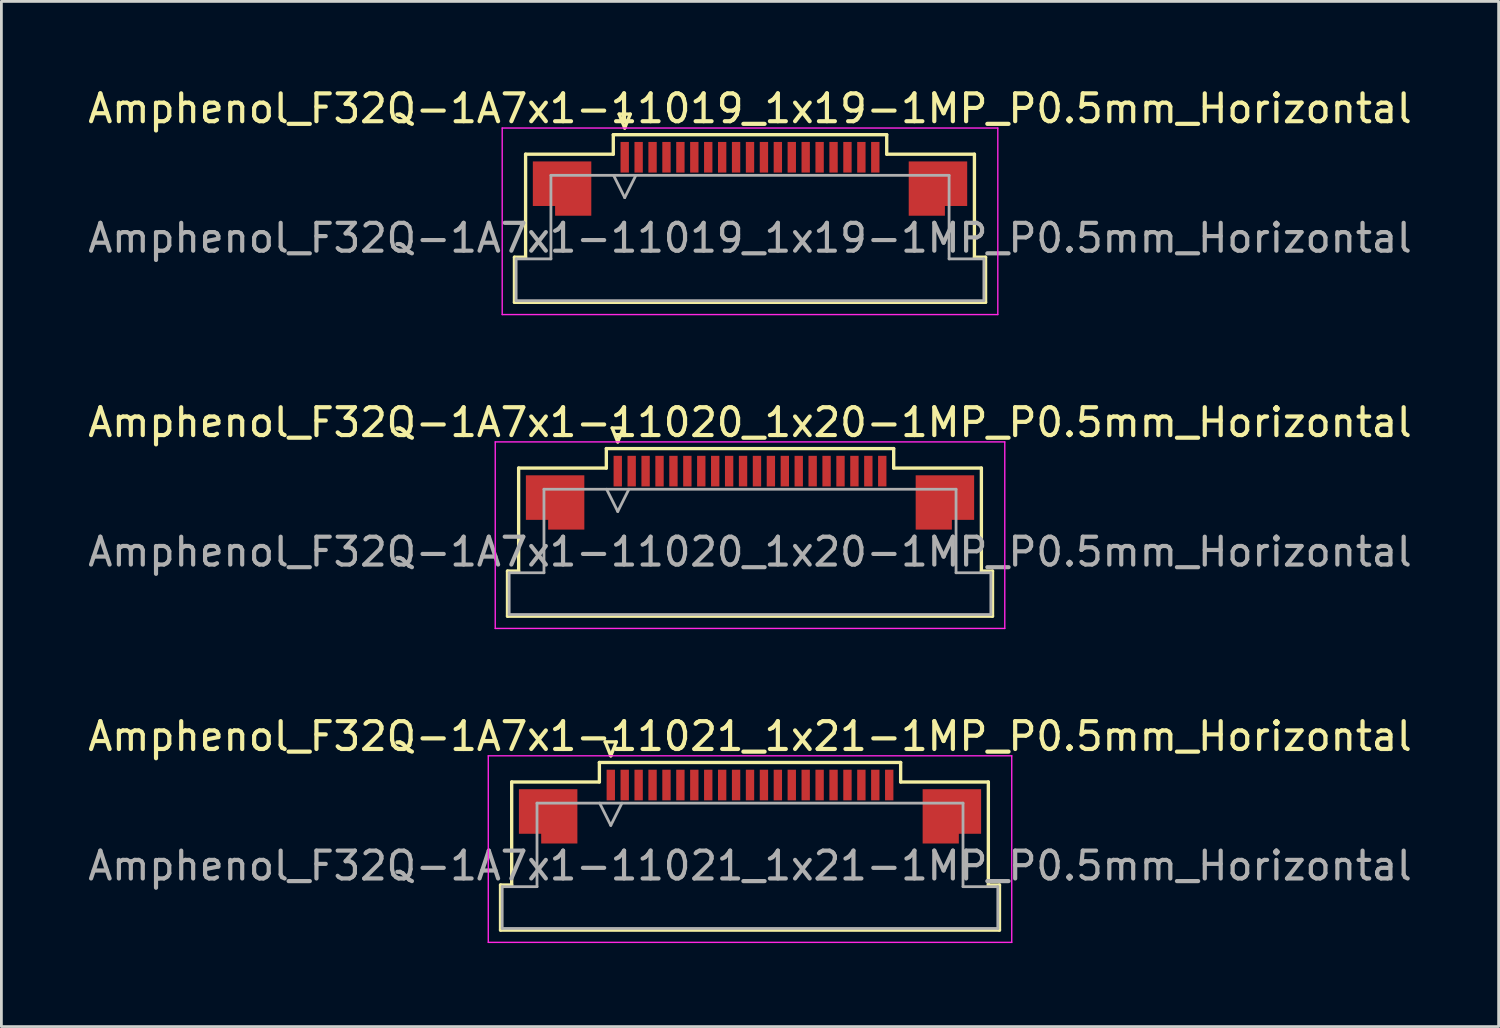
<source format=kicad_pcb>
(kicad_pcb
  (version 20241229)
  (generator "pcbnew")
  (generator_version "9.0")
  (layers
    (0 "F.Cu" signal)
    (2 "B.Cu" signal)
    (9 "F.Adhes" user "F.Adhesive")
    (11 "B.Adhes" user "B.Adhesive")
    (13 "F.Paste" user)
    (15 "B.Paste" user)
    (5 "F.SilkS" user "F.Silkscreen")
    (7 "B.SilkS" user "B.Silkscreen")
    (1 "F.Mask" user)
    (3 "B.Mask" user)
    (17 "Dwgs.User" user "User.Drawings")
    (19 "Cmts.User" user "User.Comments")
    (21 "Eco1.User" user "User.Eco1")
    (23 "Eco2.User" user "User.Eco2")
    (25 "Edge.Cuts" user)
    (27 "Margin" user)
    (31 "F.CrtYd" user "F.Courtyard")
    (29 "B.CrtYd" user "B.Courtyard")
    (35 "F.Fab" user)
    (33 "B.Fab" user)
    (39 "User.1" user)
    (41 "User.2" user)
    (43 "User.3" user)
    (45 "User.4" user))
  (footprint "Amphenol_F32Q-1A7x1-11019_1x19-1MP_P0.5mm_Horizontal"
    (layer "F.Cu")
    (at 23.887 5.498)
    (property "Reference" "Amphenol_F32Q-1A7x1-11019_1x19-1MP_P0.5mm_Horizontal" (at 0 -4.65 0) (layer "F.SilkS") (effects (font (size 1 1) (thickness 0.15))))
    (attr smd)
    (fp_line (start -8.46 0.69) (end -8.06 0.69) (stroke (width 0.12) (type solid)) (layer "F.SilkS"))
    (fp_line (start -8.46 2.31) (end -8.46 0.69) (stroke (width 0.12) (type solid)) (layer "F.SilkS"))
    (fp_line (start -8.06 -3.01) (end -4.91 -3.01) (stroke (width 0.12) (type solid)) (layer "F.SilkS"))
    (fp_line (start -8.06 0.69) (end -8.06 -3.01) (stroke (width 0.12) (type solid)) (layer "F.SilkS"))
    (fp_line (start -4.91 -3.71) (end 4.91 -3.71) (stroke (width 0.12) (type solid)) (layer "F.SilkS"))
    (fp_line (start -4.91 -3.01) (end -4.91 -3.71) (stroke (width 0.12) (type solid)) (layer "F.SilkS"))
    (fp_line (start -4.7 -4.45) (end -4.5 -3.95) (stroke (width 0.12) (type solid)) (layer "F.SilkS"))
    (fp_line (start -4.5 -3.95) (end -4.3 -4.45) (stroke (width 0.12) (type solid)) (layer "F.SilkS"))
    (fp_line (start -4.3 -4.45) (end -4.7 -4.45) (stroke (width 0.12) (type solid)) (layer "F.SilkS"))
    (fp_line (start 4.91 -3.71) (end 4.91 -3.01) (stroke (width 0.12) (type solid)) (layer "F.SilkS"))
    (fp_line (start 4.91 -3.01) (end 8.06 -3.01) (stroke (width 0.12) (type solid)) (layer "F.SilkS"))
    (fp_line (start 8.06 -3.01) (end 8.06 0.69) (stroke (width 0.12) (type solid)) (layer "F.SilkS"))
    (fp_line (start 8.06 0.69) (end 8.46 0.69) (stroke (width 0.12) (type solid)) (layer "F.SilkS"))
    (fp_line (start 8.46 0.69) (end 8.46 2.31) (stroke (width 0.12) (type solid)) (layer "F.SilkS"))
    (fp_line (start 8.46 2.31) (end -8.46 2.31) (stroke (width 0.12) (type solid)) (layer "F.SilkS"))
    (fp_line (start -8.9 -3.95) (end -8.9 2.75) (stroke (width 0.05) (type solid)) (layer "F.CrtYd"))
    (fp_line (start -8.9 2.75) (end 8.9 2.75) (stroke (width 0.05) (type solid)) (layer "F.CrtYd"))
    (fp_line (start 8.9 -3.95) (end -8.9 -3.95) (stroke (width 0.05) (type solid)) (layer "F.CrtYd"))
    (fp_line (start 8.9 2.75) (end 8.9 -3.95) (stroke (width 0.05) (type solid)) (layer "F.CrtYd"))
    (fp_line (start -8.4 0.75) (end -7.15 0.75) (stroke (width 0.1) (type solid)) (layer "F.Fab"))
    (fp_line (start -8.4 2.25) (end -8.4 0.75) (stroke (width 0.1) (type solid)) (layer "F.Fab"))
    (fp_line (start -7.15 -2.25) (end 7.15 -2.25) (stroke (width 0.1) (type solid)) (layer "F.Fab"))
    (fp_line (start -7.15 0.75) (end -7.15 -2.25) (stroke (width 0.1) (type solid)) (layer "F.Fab"))
    (fp_line (start -4.9 -2.25) (end -4.5 -1.45) (stroke (width 0.1) (type solid)) (layer "F.Fab"))
    (fp_line (start -4.5 -1.45) (end -4.1 -2.25) (stroke (width 0.1) (type solid)) (layer "F.Fab"))
    (fp_line (start 7.15 -2.25) (end 7.15 0.75) (stroke (width 0.1) (type solid)) (layer "F.Fab"))
    (fp_line (start 7.15 0.75) (end 8.4 0.75) (stroke (width 0.1) (type solid)) (layer "F.Fab"))
    (fp_line (start 8.4 0.75) (end 8.4 2.25) (stroke (width 0.1) (type solid)) (layer "F.Fab"))
    (fp_line (start 8.4 2.25) (end -8.4 2.25) (stroke (width 0.1) (type solid)) (layer "F.Fab"))
    (fp_text user "${REFERENCE}" (at 0 0 0) (layer "F.Fab") (effects (font (size 1 1) (thickness 0.15))))
    (pad "1" smd rect (at -4.5 -2.9) (size 0.3 1.1) (layers "F.Cu" "F.Mask" "F.Paste"))
    (pad "2" smd rect (at -4 -2.9) (size 0.3 1.1) (layers "F.Cu" "F.Mask" "F.Paste"))
    (pad "3" smd rect (at -3.5 -2.9) (size 0.3 1.1) (layers "F.Cu" "F.Mask" "F.Paste"))
    (pad "4" smd rect (at -3 -2.9) (size 0.3 1.1) (layers "F.Cu" "F.Mask" "F.Paste"))
    (pad "5" smd rect (at -2.5 -2.9) (size 0.3 1.1) (layers "F.Cu" "F.Mask" "F.Paste"))
    (pad "6" smd rect (at -2 -2.9) (size 0.3 1.1) (layers "F.Cu" "F.Mask" "F.Paste"))
    (pad "7" smd rect (at -1.5 -2.9) (size 0.3 1.1) (layers "F.Cu" "F.Mask" "F.Paste"))
    (pad "8" smd rect (at -1 -2.9) (size 0.3 1.1) (layers "F.Cu" "F.Mask" "F.Paste"))
    (pad "9" smd rect (at -0.5 -2.9) (size 0.3 1.1) (layers "F.Cu" "F.Mask" "F.Paste"))
    (pad "10" smd rect (at 0 -2.9) (size 0.3 1.1) (layers "F.Cu" "F.Mask" "F.Paste"))
    (pad "11" smd rect (at 0.5 -2.9) (size 0.3 1.1) (layers "F.Cu" "F.Mask" "F.Paste"))
    (pad "12" smd rect (at 1 -2.9) (size 0.3 1.1) (layers "F.Cu" "F.Mask" "F.Paste"))
    (pad "13" smd rect (at 1.5 -2.9) (size 0.3 1.1) (layers "F.Cu" "F.Mask" "F.Paste"))
    (pad "14" smd rect (at 2 -2.9) (size 0.3 1.1) (layers "F.Cu" "F.Mask" "F.Paste"))
    (pad "15" smd rect (at 2.5 -2.9) (size 0.3 1.1) (layers "F.Cu" "F.Mask" "F.Paste"))
    (pad "16" smd rect (at 3 -2.9) (size 0.3 1.1) (layers "F.Cu" "F.Mask" "F.Paste"))
    (pad "17" smd rect (at 3.5 -2.9) (size 0.3 1.1) (layers "F.Cu" "F.Mask" "F.Paste"))
    (pad "18" smd rect (at 4 -2.9) (size 0.3 1.1) (layers "F.Cu" "F.Mask" "F.Paste"))
    (pad "19" smd rect (at 4.5 -2.9) (size 0.3 1.1) (layers "F.Cu" "F.Mask" "F.Paste"))
    (pad "MP" smd custom (at -6.75 -1.775) (size 1 1) (layers "F.Cu" "F.Mask" "F.Paste") (options (anchor circle)) (primitives (gr_poly (pts (xy 1.05 -0.975) (xy 1.05 0.975) (xy -0.25 0.975) (xy -0.25 0.625) (xy -1.05 0.625) (xy -1.05 -0.975) (xy 1.05 -0.975)) (width 0) (fill yes))))
    (pad "MP" smd custom (at 6.75 -1.775) (size 1 1) (layers "F.Cu" "F.Mask" "F.Paste") (options (anchor circle)) (primitives (gr_poly (pts (xy -1.05 -0.975) (xy -1.05 0.975) (xy 0.25 0.975) (xy 0.25 0.625) (xy 1.05 0.625) (xy 1.05 -0.975) (xy -1.05 -0.975)) (width 0) (fill yes)))))
  (footprint "Amphenol_F32Q-1A7x1-11021_1x21-1MP_P0.5mm_Horizontal"
    (layer "F.Cu")
    (at 23.887 28.045)
    (property "Reference" "Amphenol_F32Q-1A7x1-11021_1x21-1MP_P0.5mm_Horizontal" (at 0 -4.65 0) (layer "F.SilkS") (effects (font (size 1 1) (thickness 0.15))))
    (attr smd)
    (fp_line (start -8.96 0.69) (end -8.56 0.69) (stroke (width 0.12) (type solid)) (layer "F.SilkS"))
    (fp_line (start -8.96 2.31) (end -8.96 0.69) (stroke (width 0.12) (type solid)) (layer "F.SilkS"))
    (fp_line (start -8.56 -3.01) (end -5.41 -3.01) (stroke (width 0.12) (type solid)) (layer "F.SilkS"))
    (fp_line (start -8.56 0.69) (end -8.56 -3.01) (stroke (width 0.12) (type solid)) (layer "F.SilkS"))
    (fp_line (start -5.41 -3.71) (end 5.41 -3.71) (stroke (width 0.12) (type solid)) (layer "F.SilkS"))
    (fp_line (start -5.41 -3.01) (end -5.41 -3.71) (stroke (width 0.12) (type solid)) (layer "F.SilkS"))
    (fp_line (start -5.2 -4.45) (end -5 -3.95) (stroke (width 0.12) (type solid)) (layer "F.SilkS"))
    (fp_line (start -5 -3.95) (end -4.8 -4.45) (stroke (width 0.12) (type solid)) (layer "F.SilkS"))
    (fp_line (start -4.8 -4.45) (end -5.2 -4.45) (stroke (width 0.12) (type solid)) (layer "F.SilkS"))
    (fp_line (start 5.41 -3.71) (end 5.41 -3.01) (stroke (width 0.12) (type solid)) (layer "F.SilkS"))
    (fp_line (start 5.41 -3.01) (end 8.56 -3.01) (stroke (width 0.12) (type solid)) (layer "F.SilkS"))
    (fp_line (start 8.56 -3.01) (end 8.56 0.69) (stroke (width 0.12) (type solid)) (layer "F.SilkS"))
    (fp_line (start 8.56 0.69) (end 8.96 0.69) (stroke (width 0.12) (type solid)) (layer "F.SilkS"))
    (fp_line (start 8.96 0.69) (end 8.96 2.31) (stroke (width 0.12) (type solid)) (layer "F.SilkS"))
    (fp_line (start 8.96 2.31) (end -8.96 2.31) (stroke (width 0.12) (type solid)) (layer "F.SilkS"))
    (fp_line (start -9.4 -3.95) (end -9.4 2.75) (stroke (width 0.05) (type solid)) (layer "F.CrtYd"))
    (fp_line (start -9.4 2.75) (end 9.4 2.75) (stroke (width 0.05) (type solid)) (layer "F.CrtYd"))
    (fp_line (start 9.4 -3.95) (end -9.4 -3.95) (stroke (width 0.05) (type solid)) (layer "F.CrtYd"))
    (fp_line (start 9.4 2.75) (end 9.4 -3.95) (stroke (width 0.05) (type solid)) (layer "F.CrtYd"))
    (fp_line (start -8.9 0.75) (end -7.65 0.75) (stroke (width 0.1) (type solid)) (layer "F.Fab"))
    (fp_line (start -8.9 2.25) (end -8.9 0.75) (stroke (width 0.1) (type solid)) (layer "F.Fab"))
    (fp_line (start -7.65 -2.25) (end 7.65 -2.25) (stroke (width 0.1) (type solid)) (layer "F.Fab"))
    (fp_line (start -7.65 0.75) (end -7.65 -2.25) (stroke (width 0.1) (type solid)) (layer "F.Fab"))
    (fp_line (start -5.4 -2.25) (end -5 -1.45) (stroke (width 0.1) (type solid)) (layer "F.Fab"))
    (fp_line (start -5 -1.45) (end -4.6 -2.25) (stroke (width 0.1) (type solid)) (layer "F.Fab"))
    (fp_line (start 7.65 -2.25) (end 7.65 0.75) (stroke (width 0.1) (type solid)) (layer "F.Fab"))
    (fp_line (start 7.65 0.75) (end 8.9 0.75) (stroke (width 0.1) (type solid)) (layer "F.Fab"))
    (fp_line (start 8.9 0.75) (end 8.9 2.25) (stroke (width 0.1) (type solid)) (layer "F.Fab"))
    (fp_line (start 8.9 2.25) (end -8.9 2.25) (stroke (width 0.1) (type solid)) (layer "F.Fab"))
    (fp_text user "${REFERENCE}" (at 0 0 0) (layer "F.Fab") (effects (font (size 1 1) (thickness 0.15))))
    (pad "1" smd rect (at -5 -2.9) (size 0.3 1.1) (layers "F.Cu" "F.Mask" "F.Paste"))
    (pad "2" smd rect (at -4.5 -2.9) (size 0.3 1.1) (layers "F.Cu" "F.Mask" "F.Paste"))
    (pad "3" smd rect (at -4 -2.9) (size 0.3 1.1) (layers "F.Cu" "F.Mask" "F.Paste"))
    (pad "4" smd rect (at -3.5 -2.9) (size 0.3 1.1) (layers "F.Cu" "F.Mask" "F.Paste"))
    (pad "5" smd rect (at -3 -2.9) (size 0.3 1.1) (layers "F.Cu" "F.Mask" "F.Paste"))
    (pad "6" smd rect (at -2.5 -2.9) (size 0.3 1.1) (layers "F.Cu" "F.Mask" "F.Paste"))
    (pad "7" smd rect (at -2 -2.9) (size 0.3 1.1) (layers "F.Cu" "F.Mask" "F.Paste"))
    (pad "8" smd rect (at -1.5 -2.9) (size 0.3 1.1) (layers "F.Cu" "F.Mask" "F.Paste"))
    (pad "9" smd rect (at -1 -2.9) (size 0.3 1.1) (layers "F.Cu" "F.Mask" "F.Paste"))
    (pad "10" smd rect (at -0.5 -2.9) (size 0.3 1.1) (layers "F.Cu" "F.Mask" "F.Paste"))
    (pad "11" smd rect (at 0 -2.9) (size 0.3 1.1) (layers "F.Cu" "F.Mask" "F.Paste"))
    (pad "12" smd rect (at 0.5 -2.9) (size 0.3 1.1) (layers "F.Cu" "F.Mask" "F.Paste"))
    (pad "13" smd rect (at 1 -2.9) (size 0.3 1.1) (layers "F.Cu" "F.Mask" "F.Paste"))
    (pad "14" smd rect (at 1.5 -2.9) (size 0.3 1.1) (layers "F.Cu" "F.Mask" "F.Paste"))
    (pad "15" smd rect (at 2 -2.9) (size 0.3 1.1) (layers "F.Cu" "F.Mask" "F.Paste"))
    (pad "16" smd rect (at 2.5 -2.9) (size 0.3 1.1) (layers "F.Cu" "F.Mask" "F.Paste"))
    (pad "17" smd rect (at 3 -2.9) (size 0.3 1.1) (layers "F.Cu" "F.Mask" "F.Paste"))
    (pad "18" smd rect (at 3.5 -2.9) (size 0.3 1.1) (layers "F.Cu" "F.Mask" "F.Paste"))
    (pad "19" smd rect (at 4 -2.9) (size 0.3 1.1) (layers "F.Cu" "F.Mask" "F.Paste"))
    (pad "20" smd rect (at 4.5 -2.9) (size 0.3 1.1) (layers "F.Cu" "F.Mask" "F.Paste"))
    (pad "21" smd rect (at 5 -2.9) (size 0.3 1.1) (layers "F.Cu" "F.Mask" "F.Paste"))
    (pad "MP" smd custom (at -7.25 -1.775) (size 1 1) (layers "F.Cu" "F.Mask" "F.Paste") (options (anchor circle)) (primitives (gr_poly (pts (xy 1.05 -0.975) (xy 1.05 0.975) (xy -0.25 0.975) (xy -0.25 0.625) (xy -1.05 0.625) (xy -1.05 -0.975) (xy 1.05 -0.975)) (width 0) (fill yes))))
    (pad "MP" smd custom (at 7.25 -1.775) (size 1 1) (layers "F.Cu" "F.Mask" "F.Paste") (options (anchor circle)) (primitives (gr_poly (pts (xy -1.05 -0.975) (xy -1.05 0.975) (xy 0.25 0.975) (xy 0.25 0.625) (xy 1.05 0.625) (xy 1.05 -0.975) (xy -1.05 -0.975)) (width 0) (fill yes)))))
  (footprint "Amphenol_F32Q-1A7x1-11020_1x20-1MP_P0.5mm_Horizontal"
    (layer "F.Cu")
    (at 23.887 16.771)
    (property "Reference" "Amphenol_F32Q-1A7x1-11020_1x20-1MP_P0.5mm_Horizontal" (at 0 -4.65 0) (layer "F.SilkS") (effects (font (size 1 1) (thickness 0.15))))
    (attr smd)
    (fp_line (start -8.71 0.69) (end -8.31 0.69) (stroke (width 0.12) (type solid)) (layer "F.SilkS"))
    (fp_line (start -8.71 2.31) (end -8.71 0.69) (stroke (width 0.12) (type solid)) (layer "F.SilkS"))
    (fp_line (start -8.31 -3.01) (end -5.16 -3.01) (stroke (width 0.12) (type solid)) (layer "F.SilkS"))
    (fp_line (start -8.31 0.69) (end -8.31 -3.01) (stroke (width 0.12) (type solid)) (layer "F.SilkS"))
    (fp_line (start -5.16 -3.71) (end 5.16 -3.71) (stroke (width 0.12) (type solid)) (layer "F.SilkS"))
    (fp_line (start -5.16 -3.01) (end -5.16 -3.71) (stroke (width 0.12) (type solid)) (layer "F.SilkS"))
    (fp_line (start -4.95 -4.45) (end -4.75 -3.95) (stroke (width 0.12) (type solid)) (layer "F.SilkS"))
    (fp_line (start -4.75 -3.95) (end -4.55 -4.45) (stroke (width 0.12) (type solid)) (layer "F.SilkS"))
    (fp_line (start -4.55 -4.45) (end -4.95 -4.45) (stroke (width 0.12) (type solid)) (layer "F.SilkS"))
    (fp_line (start 5.16 -3.71) (end 5.16 -3.01) (stroke (width 0.12) (type solid)) (layer "F.SilkS"))
    (fp_line (start 5.16 -3.01) (end 8.31 -3.01) (stroke (width 0.12) (type solid)) (layer "F.SilkS"))
    (fp_line (start 8.31 -3.01) (end 8.31 0.69) (stroke (width 0.12) (type solid)) (layer "F.SilkS"))
    (fp_line (start 8.31 0.69) (end 8.71 0.69) (stroke (width 0.12) (type solid)) (layer "F.SilkS"))
    (fp_line (start 8.71 0.69) (end 8.71 2.31) (stroke (width 0.12) (type solid)) (layer "F.SilkS"))
    (fp_line (start 8.71 2.31) (end -8.71 2.31) (stroke (width 0.12) (type solid)) (layer "F.SilkS"))
    (fp_line (start -9.15 -3.95) (end -9.15 2.75) (stroke (width 0.05) (type solid)) (layer "F.CrtYd"))
    (fp_line (start -9.15 2.75) (end 9.15 2.75) (stroke (width 0.05) (type solid)) (layer "F.CrtYd"))
    (fp_line (start 9.15 -3.95) (end -9.15 -3.95) (stroke (width 0.05) (type solid)) (layer "F.CrtYd"))
    (fp_line (start 9.15 2.75) (end 9.15 -3.95) (stroke (width 0.05) (type solid)) (layer "F.CrtYd"))
    (fp_line (start -8.65 0.75) (end -7.4 0.75) (stroke (width 0.1) (type solid)) (layer "F.Fab"))
    (fp_line (start -8.65 2.25) (end -8.65 0.75) (stroke (width 0.1) (type solid)) (layer "F.Fab"))
    (fp_line (start -7.4 -2.25) (end 7.4 -2.25) (stroke (width 0.1) (type solid)) (layer "F.Fab"))
    (fp_line (start -7.4 0.75) (end -7.4 -2.25) (stroke (width 0.1) (type solid)) (layer "F.Fab"))
    (fp_line (start -5.15 -2.25) (end -4.75 -1.45) (stroke (width 0.1) (type solid)) (layer "F.Fab"))
    (fp_line (start -4.75 -1.45) (end -4.35 -2.25) (stroke (width 0.1) (type solid)) (layer "F.Fab"))
    (fp_line (start 7.4 -2.25) (end 7.4 0.75) (stroke (width 0.1) (type solid)) (layer "F.Fab"))
    (fp_line (start 7.4 0.75) (end 8.65 0.75) (stroke (width 0.1) (type solid)) (layer "F.Fab"))
    (fp_line (start 8.65 0.75) (end 8.65 2.25) (stroke (width 0.1) (type solid)) (layer "F.Fab"))
    (fp_line (start 8.65 2.25) (end -8.65 2.25) (stroke (width 0.1) (type solid)) (layer "F.Fab"))
    (fp_text user "${REFERENCE}" (at 0 0 0) (layer "F.Fab") (effects (font (size 1 1) (thickness 0.15))))
    (pad "1" smd rect (at -4.75 -2.9) (size 0.3 1.1) (layers "F.Cu" "F.Mask" "F.Paste"))
    (pad "2" smd rect (at -4.25 -2.9) (size 0.3 1.1) (layers "F.Cu" "F.Mask" "F.Paste"))
    (pad "3" smd rect (at -3.75 -2.9) (size 0.3 1.1) (layers "F.Cu" "F.Mask" "F.Paste"))
    (pad "4" smd rect (at -3.25 -2.9) (size 0.3 1.1) (layers "F.Cu" "F.Mask" "F.Paste"))
    (pad "5" smd rect (at -2.75 -2.9) (size 0.3 1.1) (layers "F.Cu" "F.Mask" "F.Paste"))
    (pad "6" smd rect (at -2.25 -2.9) (size 0.3 1.1) (layers "F.Cu" "F.Mask" "F.Paste"))
    (pad "7" smd rect (at -1.75 -2.9) (size 0.3 1.1) (layers "F.Cu" "F.Mask" "F.Paste"))
    (pad "8" smd rect (at -1.25 -2.9) (size 0.3 1.1) (layers "F.Cu" "F.Mask" "F.Paste"))
    (pad "9" smd rect (at -0.75 -2.9) (size 0.3 1.1) (layers "F.Cu" "F.Mask" "F.Paste"))
    (pad "10" smd rect (at -0.25 -2.9) (size 0.3 1.1) (layers "F.Cu" "F.Mask" "F.Paste"))
    (pad "11" smd rect (at 0.25 -2.9) (size 0.3 1.1) (layers "F.Cu" "F.Mask" "F.Paste"))
    (pad "12" smd rect (at 0.75 -2.9) (size 0.3 1.1) (layers "F.Cu" "F.Mask" "F.Paste"))
    (pad "13" smd rect (at 1.25 -2.9) (size 0.3 1.1) (layers "F.Cu" "F.Mask" "F.Paste"))
    (pad "14" smd rect (at 1.75 -2.9) (size 0.3 1.1) (layers "F.Cu" "F.Mask" "F.Paste"))
    (pad "15" smd rect (at 2.25 -2.9) (size 0.3 1.1) (layers "F.Cu" "F.Mask" "F.Paste"))
    (pad "16" smd rect (at 2.75 -2.9) (size 0.3 1.1) (layers "F.Cu" "F.Mask" "F.Paste"))
    (pad "17" smd rect (at 3.25 -2.9) (size 0.3 1.1) (layers "F.Cu" "F.Mask" "F.Paste"))
    (pad "18" smd rect (at 3.75 -2.9) (size 0.3 1.1) (layers "F.Cu" "F.Mask" "F.Paste"))
    (pad "19" smd rect (at 4.25 -2.9) (size 0.3 1.1) (layers "F.Cu" "F.Mask" "F.Paste"))
    (pad "20" smd rect (at 4.75 -2.9) (size 0.3 1.1) (layers "F.Cu" "F.Mask" "F.Paste"))
    (pad "MP" smd custom (at -7 -1.775) (size 1 1) (layers "F.Cu" "F.Mask" "F.Paste") (options (anchor circle)) (primitives (gr_poly (pts (xy 1.05 -0.975) (xy 1.05 0.975) (xy -0.25 0.975) (xy -0.25 0.625) (xy -1.05 0.625) (xy -1.05 -0.975) (xy 1.05 -0.975)) (width 0) (fill yes))))
    (pad "MP" smd custom (at 7 -1.775) (size 1 1) (layers "F.Cu" "F.Mask" "F.Paste") (options (anchor circle)) (primitives (gr_poly (pts (xy -1.05 -0.975) (xy -1.05 0.975) (xy 0.25 0.975) (xy 0.25 0.625) (xy 1.05 0.625) (xy 1.05 -0.975) (xy -1.05 -0.975)) (width 0) (fill yes)))))
  (gr_rect
    (start -3 -3)
    (end 50.774 33.82)
    (stroke (width 0.1) (type default))
    (fill no)
    (layer "Edge.Cuts")))
</source>
